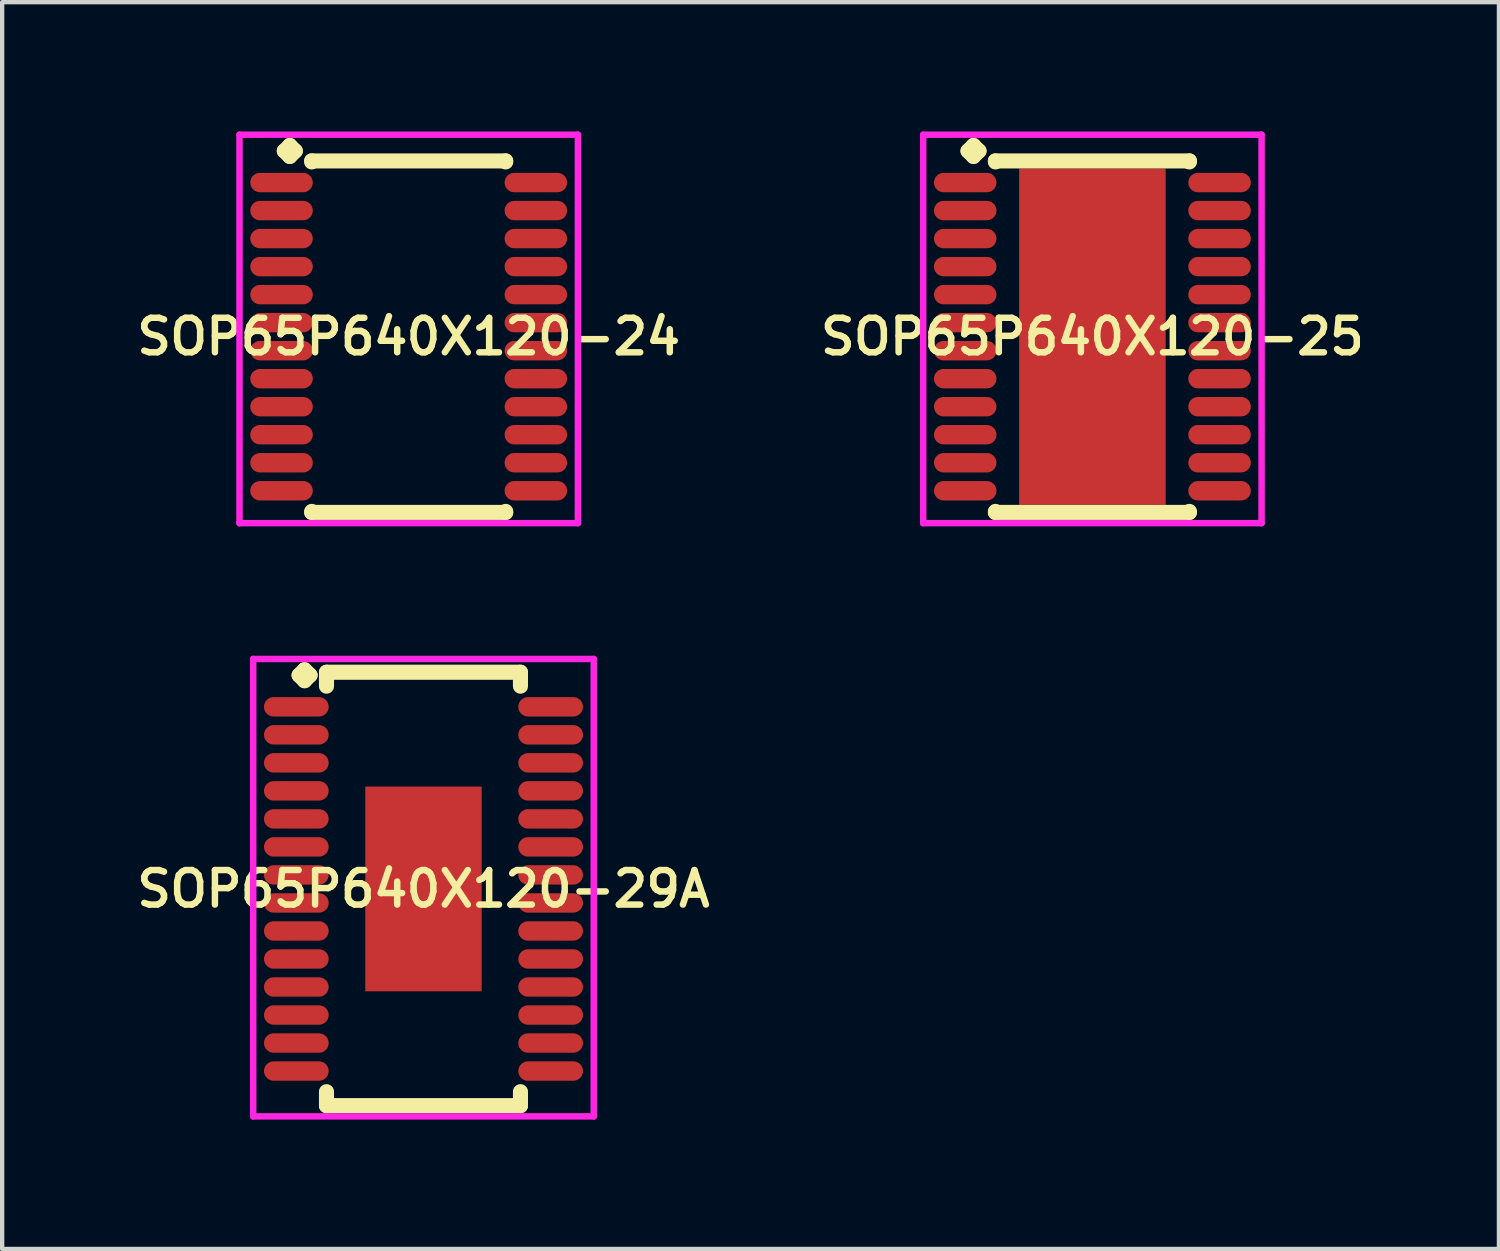
<source format=kicad_pcb>
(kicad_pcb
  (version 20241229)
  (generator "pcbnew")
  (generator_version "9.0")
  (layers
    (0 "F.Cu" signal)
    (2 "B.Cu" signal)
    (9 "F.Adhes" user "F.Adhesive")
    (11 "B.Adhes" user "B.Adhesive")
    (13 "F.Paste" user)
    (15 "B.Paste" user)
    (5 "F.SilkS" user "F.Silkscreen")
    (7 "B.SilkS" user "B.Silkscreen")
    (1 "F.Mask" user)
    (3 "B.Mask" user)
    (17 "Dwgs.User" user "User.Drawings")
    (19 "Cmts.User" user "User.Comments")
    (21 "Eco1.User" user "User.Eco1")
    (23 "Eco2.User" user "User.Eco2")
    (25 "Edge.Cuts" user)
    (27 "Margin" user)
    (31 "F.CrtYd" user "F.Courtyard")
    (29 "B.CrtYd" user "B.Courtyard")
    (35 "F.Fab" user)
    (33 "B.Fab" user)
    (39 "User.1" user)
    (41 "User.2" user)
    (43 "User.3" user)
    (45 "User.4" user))
  (footprint "SOP65P640X120-25"
    (layer "F.Cu")
    (at 22.292 4.76)
    (property "Reference" "SOP65P640X120-25" (at 0 0 0) (layer "F.SilkS") (effects (font (size 0.8 0.8) (thickness 0.15))))
    (attr through_hole)
    (fp_line (start -2.885 -4.308) (end -2.758 -4.435) (stroke (width 0.35) (type solid)) (layer "F.SilkS"))
    (fp_line (start -2.758 -4.435) (end -2.631 -4.308) (stroke (width 0.35) (type solid)) (layer "F.SilkS"))
    (fp_line (start -2.758 -4.181) (end -2.885 -4.308) (stroke (width 0.35) (type solid)) (layer "F.SilkS"))
    (fp_line (start -2.631 -4.308) (end -2.758 -4.181) (stroke (width 0.35) (type solid)) (layer "F.SilkS"))
    (fp_line (start -2.25 -4.077) (end 2.25 -4.077) (stroke (width 0.35) (type solid)) (layer "F.SilkS"))
    (fp_line (start -2.25 -4.054) (end -2.25 -4.077) (stroke (width 0.35) (type solid)) (layer "F.SilkS"))
    (fp_line (start -2.25 4.054) (end -2.25 4.077) (stroke (width 0.35) (type solid)) (layer "F.SilkS"))
    (fp_line (start -2.25 4.077) (end 2.25 4.077) (stroke (width 0.35) (type solid)) (layer "F.SilkS"))
    (fp_line (start 2.25 -4.077) (end 2.25 -4.054) (stroke (width 0.35) (type solid)) (layer "F.SilkS"))
    (fp_line (start 2.25 4.077) (end 2.25 4.054) (stroke (width 0.35) (type solid)) (layer "F.SilkS"))
    (fp_line (start -3.925 -4.685) (end 3.925 -4.685) (stroke (width 0.15) (type solid)) (layer "F.CrtYd"))
    (fp_line (start -3.925 4.327) (end -3.925 -4.685) (stroke (width 0.15) (type solid)) (layer "F.CrtYd"))
    (fp_line (start 3.925 -4.685) (end 3.925 4.327) (stroke (width 0.15) (type solid)) (layer "F.CrtYd"))
    (fp_line (start 3.925 4.327) (end -3.925 4.327) (stroke (width 0.15) (type solid)) (layer "F.CrtYd"))
    (pad "1" smd oval (at -2.95 -3.575) (size 1.45 0.45) (layers "F.Cu" "F.Mask" "F.Paste"))
    (pad "2" smd oval (at -2.95 -2.925) (size 1.45 0.45) (layers "F.Cu" "F.Mask" "F.Paste"))
    (pad "3" smd oval (at -2.95 -2.275) (size 1.45 0.45) (layers "F.Cu" "F.Mask" "F.Paste"))
    (pad "4" smd oval (at -2.95 -1.625) (size 1.45 0.45) (layers "F.Cu" "F.Mask" "F.Paste"))
    (pad "5" smd oval (at -2.95 -0.975) (size 1.45 0.45) (layers "F.Cu" "F.Mask" "F.Paste"))
    (pad "6" smd oval (at -2.95 -0.325) (size 1.45 0.45) (layers "F.Cu" "F.Mask" "F.Paste"))
    (pad "7" smd oval (at -2.95 0.325) (size 1.45 0.45) (layers "F.Cu" "F.Mask" "F.Paste"))
    (pad "8" smd oval (at -2.95 0.975) (size 1.45 0.45) (layers "F.Cu" "F.Mask" "F.Paste"))
    (pad "9" smd oval (at -2.95 1.625) (size 1.45 0.45) (layers "F.Cu" "F.Mask" "F.Paste"))
    (pad "10" smd oval (at -2.95 2.275) (size 1.45 0.45) (layers "F.Cu" "F.Mask" "F.Paste"))
    (pad "11" smd oval (at -2.95 2.925) (size 1.45 0.45) (layers "F.Cu" "F.Mask" "F.Paste"))
    (pad "12" smd oval (at -2.95 3.575) (size 1.45 0.45) (layers "F.Cu" "F.Mask" "F.Paste"))
    (pad "13" smd oval (at 2.95 3.575) (size 1.45 0.45) (layers "F.Cu" "F.Mask" "F.Paste"))
    (pad "14" smd oval (at 2.95 2.925) (size 1.45 0.45) (layers "F.Cu" "F.Mask" "F.Paste"))
    (pad "15" smd oval (at 2.95 2.275) (size 1.45 0.45) (layers "F.Cu" "F.Mask" "F.Paste"))
    (pad "16" smd oval (at 2.95 1.625) (size 1.45 0.45) (layers "F.Cu" "F.Mask" "F.Paste"))
    (pad "17" smd oval (at 2.95 0.975) (size 1.45 0.45) (layers "F.Cu" "F.Mask" "F.Paste"))
    (pad "18" smd oval (at 2.95 0.325) (size 1.45 0.45) (layers "F.Cu" "F.Mask" "F.Paste"))
    (pad "19" smd oval (at 2.95 -0.325) (size 1.45 0.45) (layers "F.Cu" "F.Mask" "F.Paste"))
    (pad "20" smd oval (at 2.95 -0.975) (size 1.45 0.45) (layers "F.Cu" "F.Mask" "F.Paste"))
    (pad "21" smd oval (at 2.95 -1.625) (size 1.45 0.45) (layers "F.Cu" "F.Mask" "F.Paste"))
    (pad "22" smd oval (at 2.95 -2.275) (size 1.45 0.45) (layers "F.Cu" "F.Mask" "F.Paste"))
    (pad "23" smd oval (at 2.95 -2.925) (size 1.45 0.45) (layers "F.Cu" "F.Mask" "F.Paste"))
    (pad "24" smd oval (at 2.95 -3.575) (size 1.45 0.45) (layers "F.Cu" "F.Mask" "F.Paste"))
    (pad "25" smd rect (at 0 0) (size 3.4 7.8) (layers "F.Cu" "F.Mask" "F.Paste")))
  (footprint "SOP65P640X120-24"
    (layer "F.Cu")
    (at 6.431 4.76)
    (property "Reference" "SOP65P640X120-24" (at 0 0 0) (layer "F.SilkS") (effects (font (size 0.8 0.8) (thickness 0.15))))
    (attr smd)
    (fp_line (start -2.885 -4.308) (end -2.758 -4.435) (stroke (width 0.35) (type solid)) (layer "F.SilkS"))
    (fp_line (start -2.758 -4.435) (end -2.631 -4.308) (stroke (width 0.35) (type solid)) (layer "F.SilkS"))
    (fp_line (start -2.758 -4.181) (end -2.885 -4.308) (stroke (width 0.35) (type solid)) (layer "F.SilkS"))
    (fp_line (start -2.631 -4.308) (end -2.758 -4.181) (stroke (width 0.35) (type solid)) (layer "F.SilkS"))
    (fp_line (start -2.25 -4.077) (end 2.25 -4.077) (stroke (width 0.35) (type solid)) (layer "F.SilkS"))
    (fp_line (start -2.25 -4.054) (end -2.25 -4.077) (stroke (width 0.35) (type solid)) (layer "F.SilkS"))
    (fp_line (start -2.25 4.054) (end -2.25 4.077) (stroke (width 0.35) (type solid)) (layer "F.SilkS"))
    (fp_line (start -2.25 4.077) (end 2.25 4.077) (stroke (width 0.35) (type solid)) (layer "F.SilkS"))
    (fp_line (start 2.25 -4.077) (end 2.25 -4.054) (stroke (width 0.35) (type solid)) (layer "F.SilkS"))
    (fp_line (start 2.25 4.077) (end 2.25 4.054) (stroke (width 0.35) (type solid)) (layer "F.SilkS"))
    (fp_line (start -3.925 -4.685) (end 3.925 -4.685) (stroke (width 0.15) (type solid)) (layer "F.CrtYd"))
    (fp_line (start -3.925 4.327) (end -3.925 -4.685) (stroke (width 0.15) (type solid)) (layer "F.CrtYd"))
    (fp_line (start 3.925 -4.685) (end 3.925 4.327) (stroke (width 0.15) (type solid)) (layer "F.CrtYd"))
    (fp_line (start 3.925 4.327) (end -3.925 4.327) (stroke (width 0.15) (type solid)) (layer "F.CrtYd"))
    (pad "1" smd oval (at -2.95 -3.575) (size 1.45 0.45) (layers "F.Cu" "F.Mask" "F.Paste"))
    (pad "2" smd oval (at -2.95 -2.925) (size 1.45 0.45) (layers "F.Cu" "F.Mask" "F.Paste"))
    (pad "3" smd oval (at -2.95 -2.275) (size 1.45 0.45) (layers "F.Cu" "F.Mask" "F.Paste"))
    (pad "4" smd oval (at -2.95 -1.625) (size 1.45 0.45) (layers "F.Cu" "F.Mask" "F.Paste"))
    (pad "5" smd oval (at -2.95 -0.975) (size 1.45 0.45) (layers "F.Cu" "F.Mask" "F.Paste"))
    (pad "6" smd oval (at -2.95 -0.325) (size 1.45 0.45) (layers "F.Cu" "F.Mask" "F.Paste"))
    (pad "7" smd oval (at -2.95 0.325) (size 1.45 0.45) (layers "F.Cu" "F.Mask" "F.Paste"))
    (pad "8" smd oval (at -2.95 0.975) (size 1.45 0.45) (layers "F.Cu" "F.Mask" "F.Paste"))
    (pad "9" smd oval (at -2.95 1.625) (size 1.45 0.45) (layers "F.Cu" "F.Mask" "F.Paste"))
    (pad "10" smd oval (at -2.95 2.275) (size 1.45 0.45) (layers "F.Cu" "F.Mask" "F.Paste"))
    (pad "11" smd oval (at -2.95 2.925) (size 1.45 0.45) (layers "F.Cu" "F.Mask" "F.Paste"))
    (pad "12" smd oval (at -2.95 3.575) (size 1.45 0.45) (layers "F.Cu" "F.Mask" "F.Paste"))
    (pad "13" smd oval (at 2.95 3.575) (size 1.45 0.45) (layers "F.Cu" "F.Mask" "F.Paste"))
    (pad "14" smd oval (at 2.95 2.925) (size 1.45 0.45) (layers "F.Cu" "F.Mask" "F.Paste"))
    (pad "15" smd oval (at 2.95 2.275) (size 1.45 0.45) (layers "F.Cu" "F.Mask" "F.Paste"))
    (pad "16" smd oval (at 2.95 1.625) (size 1.45 0.45) (layers "F.Cu" "F.Mask" "F.Paste"))
    (pad "17" smd oval (at 2.95 0.975) (size 1.45 0.45) (layers "F.Cu" "F.Mask" "F.Paste"))
    (pad "18" smd oval (at 2.95 0.325) (size 1.45 0.45) (layers "F.Cu" "F.Mask" "F.Paste"))
    (pad "19" smd oval (at 2.95 -0.325) (size 1.45 0.45) (layers "F.Cu" "F.Mask" "F.Paste"))
    (pad "20" smd oval (at 2.95 -0.975) (size 1.45 0.45) (layers "F.Cu" "F.Mask" "F.Paste"))
    (pad "21" smd oval (at 2.95 -1.625) (size 1.45 0.45) (layers "F.Cu" "F.Mask" "F.Paste"))
    (pad "22" smd oval (at 2.95 -2.275) (size 1.45 0.45) (layers "F.Cu" "F.Mask" "F.Paste"))
    (pad "23" smd oval (at 2.95 -2.925) (size 1.45 0.45) (layers "F.Cu" "F.Mask" "F.Paste"))
    (pad "24" smd oval (at 2.95 -3.575) (size 1.45 0.45) (layers "F.Cu" "F.Mask" "F.Paste")))
  (footprint "SOP65P640X120-29A"
    (layer "F.Cu")
    (at 6.774 17.572)
    (property "Reference" "SOP65P640X120-29A" (at 0 0 0) (layer "F.SilkS") (effects (font (size 0.8 0.8) (thickness 0.15))))
    (attr through_hole)
    (fp_line (start -2.885 -4.958) (end -2.758 -5.085) (stroke (width 0.35) (type solid)) (layer "F.SilkS"))
    (fp_line (start -2.758 -5.085) (end -2.631 -4.958) (stroke (width 0.35) (type solid)) (layer "F.SilkS"))
    (fp_line (start -2.758 -4.831) (end -2.885 -4.958) (stroke (width 0.35) (type solid)) (layer "F.SilkS"))
    (fp_line (start -2.631 -4.958) (end -2.758 -4.831) (stroke (width 0.35) (type solid)) (layer "F.SilkS"))
    (fp_line (start -2.25 -5.027) (end 2.25 -5.027) (stroke (width 0.35) (type solid)) (layer "F.SilkS"))
    (fp_line (start -2.25 -4.704) (end -2.25 -5.027) (stroke (width 0.35) (type solid)) (layer "F.SilkS"))
    (fp_line (start -2.25 4.704) (end -2.25 5.027) (stroke (width 0.35) (type solid)) (layer "F.SilkS"))
    (fp_line (start -2.25 5.027) (end 2.25 5.027) (stroke (width 0.35) (type solid)) (layer "F.SilkS"))
    (fp_line (start 2.25 -5.027) (end 2.25 -4.704) (stroke (width 0.35) (type solid)) (layer "F.SilkS"))
    (fp_line (start 2.25 5.027) (end 2.25 4.704) (stroke (width 0.35) (type solid)) (layer "F.SilkS"))
    (fp_line (start -3.95 -5.335) (end 3.95 -5.335) (stroke (width 0.15) (type solid)) (layer "F.CrtYd"))
    (fp_line (start -3.95 5.277) (end -3.95 -5.335) (stroke (width 0.15) (type solid)) (layer "F.CrtYd"))
    (fp_line (start 3.95 -5.335) (end 3.95 5.277) (stroke (width 0.15) (type solid)) (layer "F.CrtYd"))
    (fp_line (start 3.95 5.277) (end -3.95 5.277) (stroke (width 0.15) (type solid)) (layer "F.CrtYd"))
    (pad "1" smd oval (at -2.95 -4.225) (size 1.5 0.45) (layers "F.Cu" "F.Mask" "F.Paste"))
    (pad "2" smd oval (at -2.95 -3.575) (size 1.5 0.45) (layers "F.Cu" "F.Mask" "F.Paste"))
    (pad "3" smd oval (at -2.95 -2.925) (size 1.5 0.45) (layers "F.Cu" "F.Mask" "F.Paste"))
    (pad "4" smd oval (at -2.95 -2.275) (size 1.5 0.45) (layers "F.Cu" "F.Mask" "F.Paste"))
    (pad "5" smd oval (at -2.95 -1.625) (size 1.5 0.45) (layers "F.Cu" "F.Mask" "F.Paste"))
    (pad "6" smd oval (at -2.95 -0.975) (size 1.5 0.45) (layers "F.Cu" "F.Mask" "F.Paste"))
    (pad "7" smd oval (at -2.95 -0.325) (size 1.5 0.45) (layers "F.Cu" "F.Mask" "F.Paste"))
    (pad "8" smd oval (at -2.95 0.325) (size 1.5 0.45) (layers "F.Cu" "F.Mask" "F.Paste"))
    (pad "9" smd oval (at -2.95 0.975) (size 1.5 0.45) (layers "F.Cu" "F.Mask" "F.Paste"))
    (pad "10" smd oval (at -2.95 1.625) (size 1.5 0.45) (layers "F.Cu" "F.Mask" "F.Paste"))
    (pad "11" smd oval (at -2.95 2.275) (size 1.5 0.45) (layers "F.Cu" "F.Mask" "F.Paste"))
    (pad "12" smd oval (at -2.95 2.925) (size 1.5 0.45) (layers "F.Cu" "F.Mask" "F.Paste"))
    (pad "13" smd oval (at -2.95 3.575) (size 1.5 0.45) (layers "F.Cu" "F.Mask" "F.Paste"))
    (pad "14" smd oval (at -2.95 4.225) (size 1.5 0.45) (layers "F.Cu" "F.Mask" "F.Paste"))
    (pad "15" smd oval (at 2.95 4.225) (size 1.5 0.45) (layers "F.Cu" "F.Mask" "F.Paste"))
    (pad "16" smd oval (at 2.95 3.575) (size 1.5 0.45) (layers "F.Cu" "F.Mask" "F.Paste"))
    (pad "17" smd oval (at 2.95 2.925) (size 1.5 0.45) (layers "F.Cu" "F.Mask" "F.Paste"))
    (pad "18" smd oval (at 2.95 2.275) (size 1.5 0.45) (layers "F.Cu" "F.Mask" "F.Paste"))
    (pad "19" smd oval (at 2.95 1.625) (size 1.5 0.45) (layers "F.Cu" "F.Mask" "F.Paste"))
    (pad "20" smd oval (at 2.95 0.975) (size 1.5 0.45) (layers "F.Cu" "F.Mask" "F.Paste"))
    (pad "21" smd oval (at 2.95 0.325) (size 1.5 0.45) (layers "F.Cu" "F.Mask" "F.Paste"))
    (pad "22" smd oval (at 2.95 -0.325) (size 1.5 0.45) (layers "F.Cu" "F.Mask" "F.Paste"))
    (pad "23" smd oval (at 2.95 -0.975) (size 1.5 0.45) (layers "F.Cu" "F.Mask" "F.Paste"))
    (pad "24" smd oval (at 2.95 -1.625) (size 1.5 0.45) (layers "F.Cu" "F.Mask" "F.Paste"))
    (pad "25" smd oval (at 2.95 -2.275) (size 1.5 0.45) (layers "F.Cu" "F.Mask" "F.Paste"))
    (pad "26" smd oval (at 2.95 -2.925) (size 1.5 0.45) (layers "F.Cu" "F.Mask" "F.Paste"))
    (pad "27" smd oval (at 2.95 -3.575) (size 1.5 0.45) (layers "F.Cu" "F.Mask" "F.Paste"))
    (pad "28" smd oval (at 2.95 -4.225) (size 1.5 0.45) (layers "F.Cu" "F.Mask" "F.Paste"))
    (pad "29" smd rect (at 0 0) (size 2.7 4.75) (layers "F.Cu" "F.Mask" "F.Paste")))
  (gr_rect
    (start -3 -3)
    (end 31.723 25.924)
    (stroke (width 0.1) (type default))
    (fill no)
    (layer "Edge.Cuts")))
</source>
